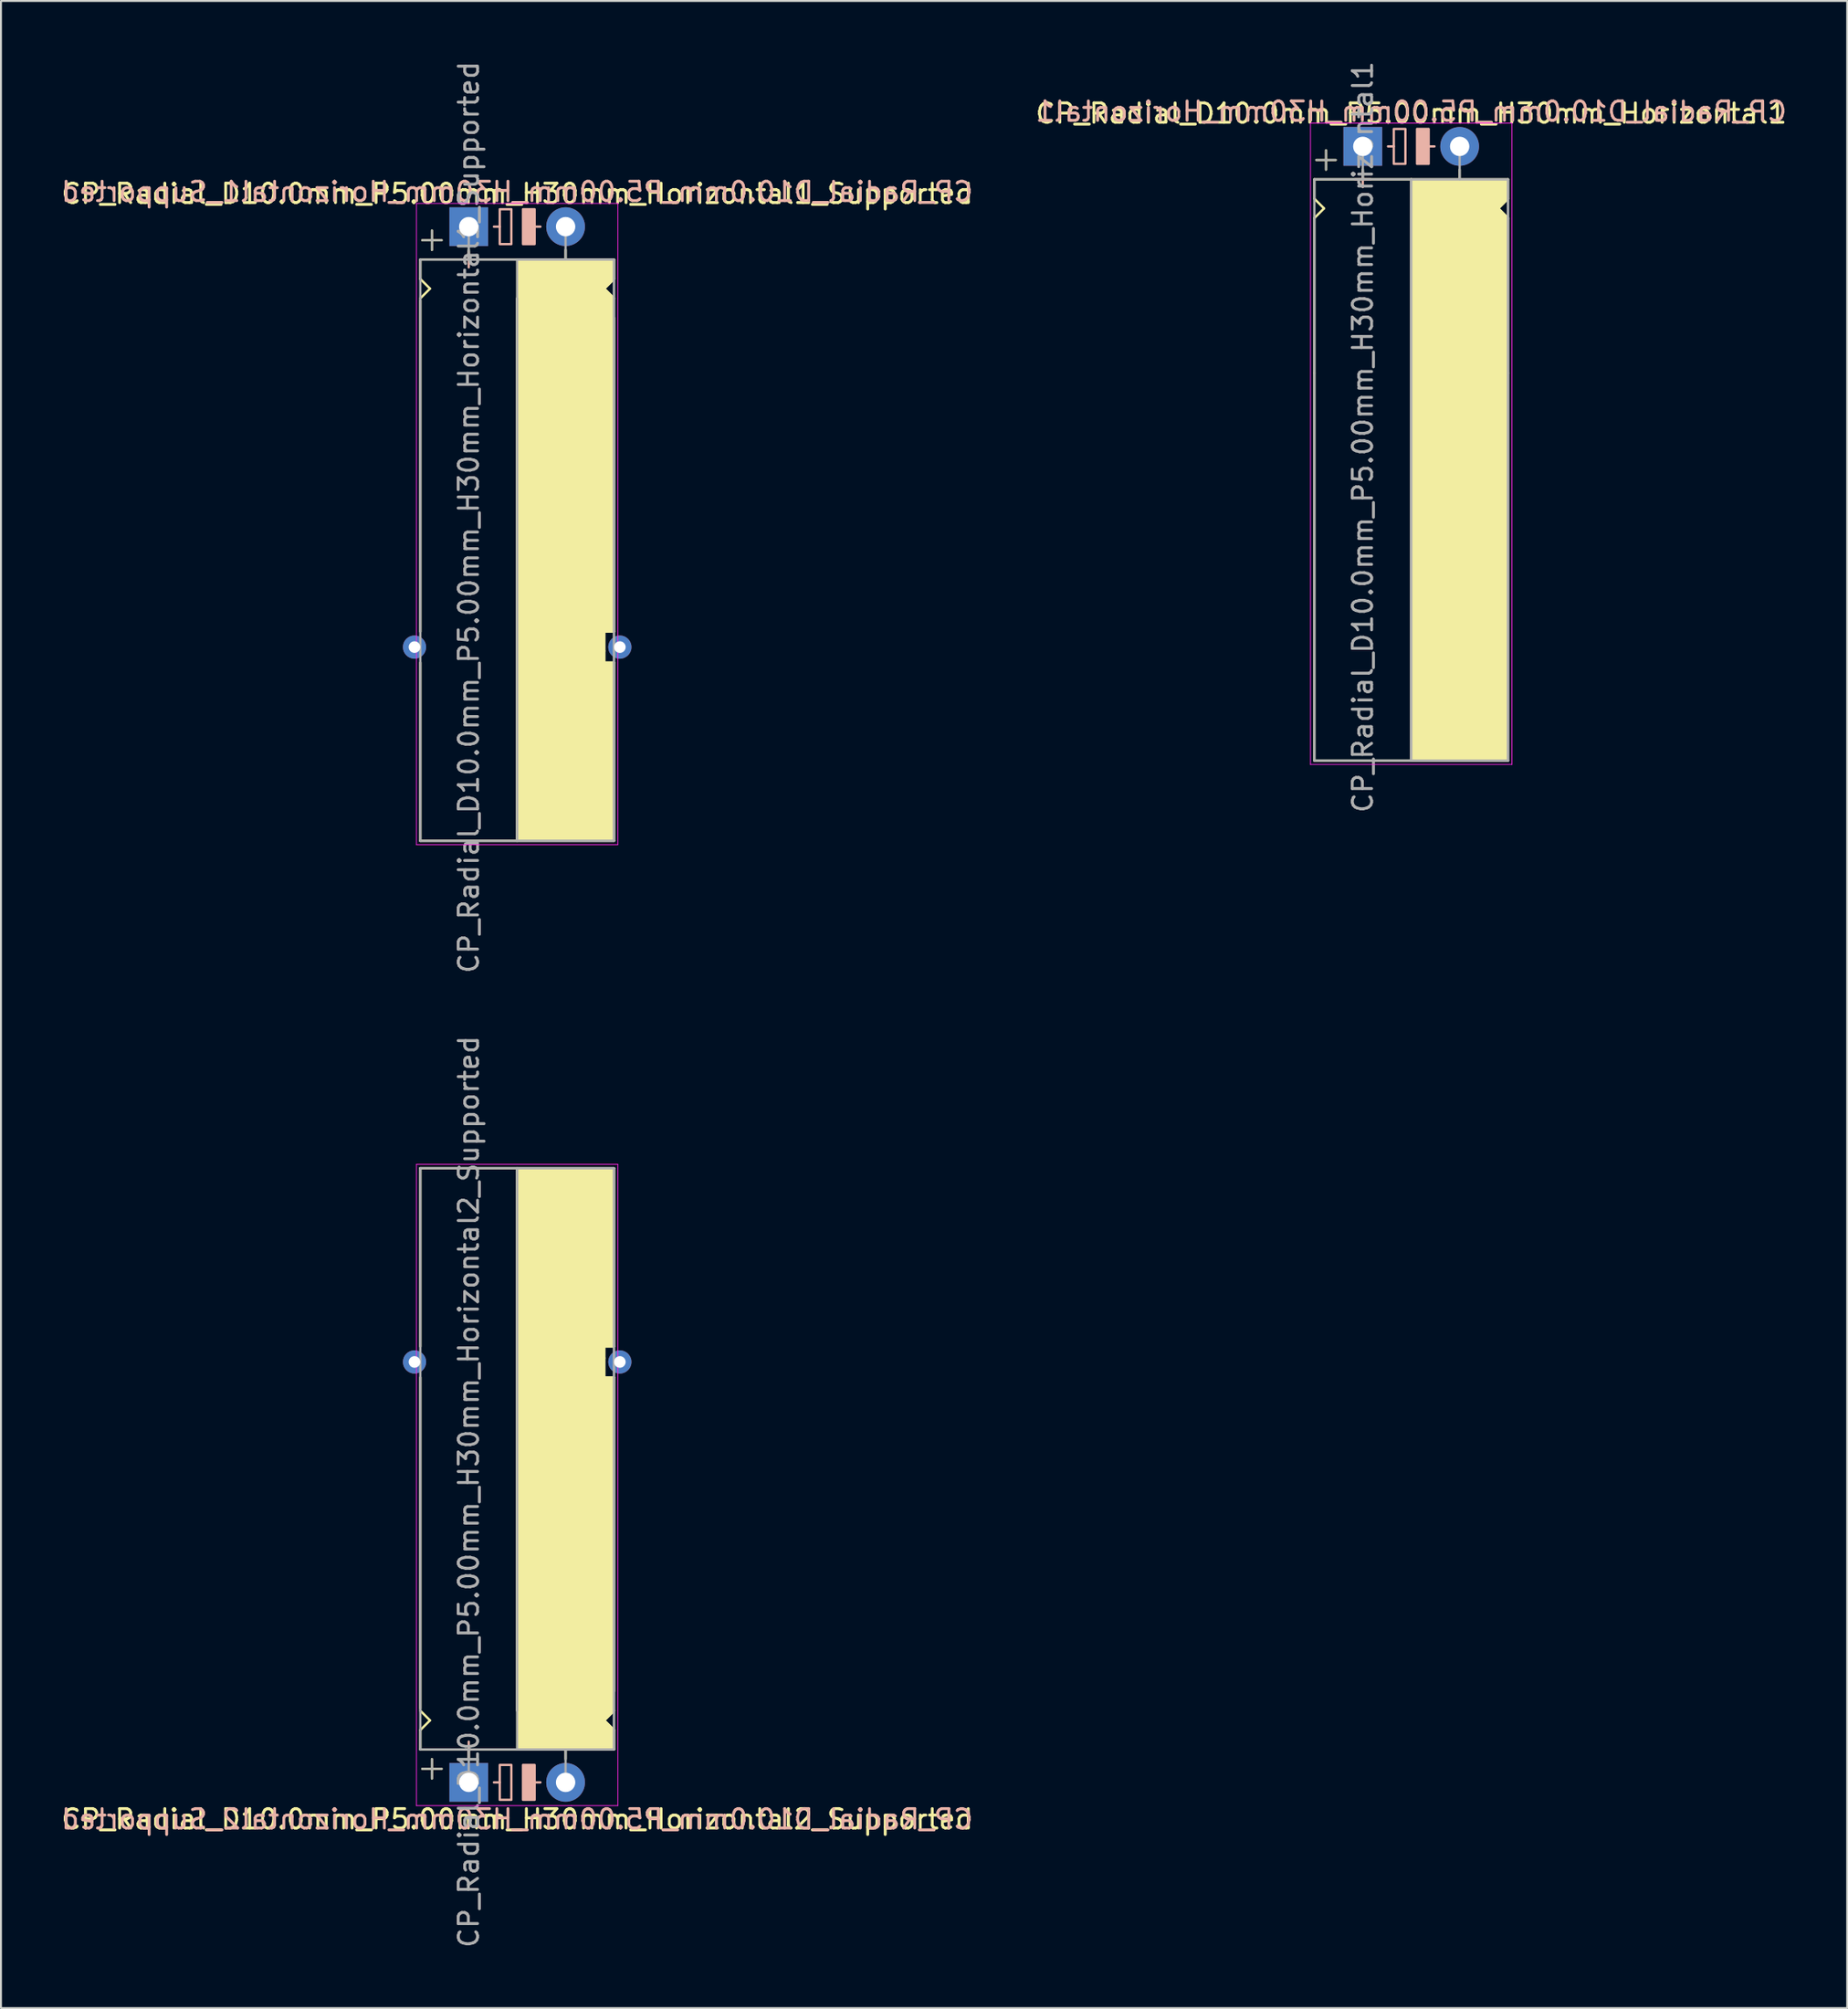
<source format=kicad_pcb>
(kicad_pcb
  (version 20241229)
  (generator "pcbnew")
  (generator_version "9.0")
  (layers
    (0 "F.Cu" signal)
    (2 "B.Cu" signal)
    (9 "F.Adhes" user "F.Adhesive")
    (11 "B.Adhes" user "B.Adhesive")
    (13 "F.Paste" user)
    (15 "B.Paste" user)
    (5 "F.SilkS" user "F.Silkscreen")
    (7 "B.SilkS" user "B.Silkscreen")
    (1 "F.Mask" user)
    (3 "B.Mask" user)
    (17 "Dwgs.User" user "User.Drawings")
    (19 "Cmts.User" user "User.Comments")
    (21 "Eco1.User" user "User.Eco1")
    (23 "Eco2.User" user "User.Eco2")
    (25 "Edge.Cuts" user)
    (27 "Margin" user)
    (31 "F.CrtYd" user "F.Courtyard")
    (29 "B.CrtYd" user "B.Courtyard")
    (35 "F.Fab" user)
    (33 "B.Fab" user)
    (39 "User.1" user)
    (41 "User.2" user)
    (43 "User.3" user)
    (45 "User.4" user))
  (footprint "CP_Radial_D10.0mm_P5.00mm_H30mm_Horizontal2_Supported"
    (layer "F.Cu")
    (at 21.149 88.946)
    (property "Reference" "CP_Radial_D10.0mm_P5.00mm_H30mm_Horizontal2_Supported" (at 2.5 1.9 0) (layer "F.SilkS") (effects (font (size 1 1) (thickness 0.15))))
    (fp_line (start -2.5 -31.7) (end 7.5 -31.7) (stroke (width 0.12) (type solid)) (layer "F.SilkS"))
    (fp_line (start -2.5 -22.5) (end -2.5 -31.7) (stroke (width 0.12) (type solid)) (layer "F.SilkS"))
    (fp_line (start -2.5 -3.8) (end -2.5 -20.9) (stroke (width 0.12) (type solid)) (layer "F.SilkS"))
    (fp_line (start -2.5 -2.7) (end -2 -3.2) (stroke (width 0.12) (type solid)) (layer "F.SilkS"))
    (fp_line (start -2.5 -1.7) (end -2.5 -2.7) (stroke (width 0.12) (type solid)) (layer "F.SilkS"))
    (fp_line (start -2 -3.2) (end -2.5 -3.7) (stroke (width 0.12) (type solid)) (layer "F.SilkS"))
    (fp_line (start -1.9 -1.2) (end -1.9 -0.2) (stroke (width 0.12) (type solid)) (layer "F.SilkS"))
    (fp_line (start -1.4 -0.7) (end -2.4 -0.7) (stroke (width 0.12) (type solid)) (layer "F.SilkS"))
    (fp_line (start 0 -1.7) (end 0 -1.2) (stroke (width 0.12) (type solid)) (layer "F.SilkS"))
    (fp_line (start 2.5 -31.7) (end 2.5 -3.7) (stroke (width 0.12) (type solid)) (layer "F.SilkS"))
    (fp_line (start 2.5 -1.7) (end -2.5 -1.7) (stroke (width 0.12) (type solid)) (layer "F.SilkS"))
    (fp_line (start 5 -1.7) (end 5 -1.2) (stroke (width 0.12) (type solid)) (layer "F.SilkS"))
    (fp_line (start 7 -22.5) (end 7 -21.9) (stroke (width 0.12) (type solid)) (layer "F.SilkS"))
    (fp_line (start 7 -21.9) (end 7 -20.9) (stroke (width 0.12) (type solid)) (layer "F.SilkS"))
    (fp_line (start 7 -20.9) (end 7.5 -20.9) (stroke (width 0.12) (type solid)) (layer "F.SilkS"))
    (fp_line (start 7 -3.2) (end 7.5 -3.7) (stroke (width 0.12) (type solid)) (layer "F.SilkS"))
    (fp_line (start 7.5 -22.5) (end 7 -22.5) (stroke (width 0.12) (type solid)) (layer "F.SilkS"))
    (fp_line (start 7.5 -22.5) (end 7.5 -31.7) (stroke (width 0.12) (type solid)) (layer "F.SilkS"))
    (fp_line (start 7.5 -4.7) (end 7.5 -20.9) (stroke (width 0.12) (type solid)) (layer "F.SilkS"))
    (fp_line (start 7.5 -2.7) (end 7 -3.2) (stroke (width 0.12) (type solid)) (layer "F.SilkS"))
    (fp_line (start 7.5 -1.7) (end 2.5 -1.7) (stroke (width 0.12) (type solid)) (layer "F.SilkS"))
    (fp_line (start 7.5 -1.7) (end 7.5 -2.7) (stroke (width 0.12) (type solid)) (layer "F.SilkS"))
    (fp_poly (pts (xy 7.5 -2.7) (xy 7 -3.2) (xy 7.5 -3.7) (xy 7.5 -20.9) (xy 7 -20.9) (xy 7 -22.5) (xy 7.5 -22.5) (xy 7.5 -31.7) (xy 2.5 -31.7) (xy 2.5 -1.7) (xy 7.5 -1.7)) (stroke (width 0.1) (type solid)) (fill yes) (layer "F.SilkS"))
    (fp_line (start 0 -2.1) (end 0 -1.3) (stroke (width 0.12) (type solid)) (layer "B.SilkS"))
    (fp_line (start 0.4 -1.7) (end -0.4 -1.7) (stroke (width 0.12) (type solid)) (layer "B.SilkS"))
    (fp_line (start 1.6 0) (end 1.3 0) (stroke (width 0.12) (type solid)) (layer "B.SilkS"))
    (fp_line (start 3.7 0) (end 3.4 0) (stroke (width 0.12) (type solid)) (layer "B.SilkS"))
    (fp_rect (start 2.2 -0.9) (end 1.6 0.9) (stroke (width 0.12) (type solid)) (fill no) (layer "B.SilkS"))
    (fp_rect (start 3.4 -0.9) (end 2.8 0.9) (stroke (width 0.12) (type solid)) (fill yes) (layer "B.SilkS"))
    (fp_line (start -2.7 -31.9) (end -2.7 1.2) (stroke (width 0.04) (type solid)) (layer "F.CrtYd"))
    (fp_line (start -2.7 1.2) (end 5.3 1.2) (stroke (width 0.04) (type solid)) (layer "F.CrtYd"))
    (fp_line (start 5.3 1.2) (end 7.7 1.2) (stroke (width 0.04) (type solid)) (layer "F.CrtYd"))
    (fp_line (start 7.7 -31.9) (end -2.7 -31.9) (stroke (width 0.04) (type solid)) (layer "F.CrtYd"))
    (fp_line (start 7.7 1.2) (end 7.7 -31.9) (stroke (width 0.04) (type solid)) (layer "F.CrtYd"))
    (fp_line (start -2.5 -31.7) (end 7.5 -31.7) (stroke (width 0.12) (type solid)) (layer "F.Fab"))
    (fp_line (start -2.5 -1.7) (end -2.5 -31.7) (stroke (width 0.12) (type solid)) (layer "F.Fab"))
    (fp_line (start -2.4 -0.7) (end -1.4 -0.7) (stroke (width 0.1) (type solid)) (layer "F.Fab"))
    (fp_line (start -1.9 -0.2) (end -1.9 -1.2) (stroke (width 0.1) (type solid)) (layer "F.Fab"))
    (fp_line (start 0 -1.7) (end 0 0) (stroke (width 0.12) (type solid)) (layer "F.Fab"))
    (fp_line (start 2.5 -3.7) (end 2.5 -31.7) (stroke (width 0.12) (type solid)) (layer "F.Fab"))
    (fp_line (start 5 -1.7) (end 5 0) (stroke (width 0.12) (type solid)) (layer "F.Fab"))
    (fp_line (start 7.5 -31.7) (end 7.5 -1.7) (stroke (width 0.12) (type solid)) (layer "F.Fab"))
    (fp_line (start 7.5 -1.7) (end -2.5 -1.7) (stroke (width 0.12) (type solid)) (layer "F.Fab"))
    (fp_poly (pts (xy 7.5 -31.7) (xy 2.5 -31.7) (xy 2.5 -1.7) (xy 7.5 -1.7)) (stroke (width 0.1) (type solid)) (fill no) (layer "F.Fab"))
    (fp_text user "${REFERENCE}" (at 2.5 1.9 0) (layer "B.SilkS") (effects (font (size 1 1) (thickness 0.15)) (justify mirror)))
    (fp_text user "${REFERENCE}" (at 0 -15 90) (layer "F.Fab") (effects (font (size 1 1) (thickness 0.15))))
    (pad "1" thru_hole rect (at 0 0) (size 2 2) (drill 1) (layers "*.Cu" "*.Mask"))
    (pad "2" thru_hole circle (at 5 0) (size 2 2) (drill 1) (layers "*.Cu" "*.Mask"))
    (pad "~" thru_hole circle (at -2.8 -21.7 180) (size 1.2 1.2) (drill 0.6) (layers "*.Cu" "*.Mask"))
    (pad "~" thru_hole circle (at 7.8 -21.7 180) (size 1.2 1.2) (drill 0.6) (layers "*.Cu" "*.Mask")))
  (footprint "CP_Radial_D10.0mm_P5.00mm_H30mm_Horizontal1_Supported"
    (layer "F.Cu")
    (at 21.149 8.649)
    (property "Reference" "CP_Radial_D10.0mm_P5.00mm_H30mm_Horizontal1_Supported" (at 2.5 -1.7 0) (layer "F.SilkS") (effects (font (size 1 1) (thickness 0.15))))
    (fp_line (start -2.5 1.7) (end -2.5 2.7) (stroke (width 0.12) (type solid)) (layer "F.SilkS"))
    (fp_line (start -2.5 2.7) (end -2 3.2) (stroke (width 0.12) (type solid)) (layer "F.SilkS"))
    (fp_line (start -2.5 3.8) (end -2.5 20.9) (stroke (width 0.12) (type solid)) (layer "F.SilkS"))
    (fp_line (start -2.5 22.5) (end -2.5 31.7) (stroke (width 0.12) (type solid)) (layer "F.SilkS"))
    (fp_line (start -2.5 31.7) (end 7.5 31.7) (stroke (width 0.12) (type solid)) (layer "F.SilkS"))
    (fp_line (start -2 3.2) (end -2.5 3.7) (stroke (width 0.12) (type solid)) (layer "F.SilkS"))
    (fp_line (start -1.9 0.2) (end -1.9 1.2) (stroke (width 0.12) (type solid)) (layer "F.SilkS"))
    (fp_line (start -1.4 0.7) (end -2.4 0.7) (stroke (width 0.12) (type solid)) (layer "F.SilkS"))
    (fp_line (start 0 1.7) (end 0 1.2) (stroke (width 0.12) (type solid)) (layer "F.SilkS"))
    (fp_line (start 2.5 1.7) (end -2.5 1.7) (stroke (width 0.12) (type solid)) (layer "F.SilkS"))
    (fp_line (start 2.5 31.7) (end 2.5 3.7) (stroke (width 0.12) (type solid)) (layer "F.SilkS"))
    (fp_line (start 5 1.7) (end 5 1.2) (stroke (width 0.12) (type solid)) (layer "F.SilkS"))
    (fp_line (start 7 3.2) (end 7.5 3.7) (stroke (width 0.12) (type solid)) (layer "F.SilkS"))
    (fp_line (start 7 20.9) (end 7.5 20.9) (stroke (width 0.12) (type solid)) (layer "F.SilkS"))
    (fp_line (start 7 21.9) (end 7 20.9) (stroke (width 0.12) (type solid)) (layer "F.SilkS"))
    (fp_line (start 7 22.5) (end 7 21.9) (stroke (width 0.12) (type solid)) (layer "F.SilkS"))
    (fp_line (start 7.5 1.7) (end 2.5 1.7) (stroke (width 0.12) (type solid)) (layer "F.SilkS"))
    (fp_line (start 7.5 1.7) (end 7.5 2.7) (stroke (width 0.12) (type solid)) (layer "F.SilkS"))
    (fp_line (start 7.5 2.7) (end 7 3.2) (stroke (width 0.12) (type solid)) (layer "F.SilkS"))
    (fp_line (start 7.5 4.7) (end 7.5 20.9) (stroke (width 0.12) (type solid)) (layer "F.SilkS"))
    (fp_line (start 7.5 22.5) (end 7 22.5) (stroke (width 0.12) (type solid)) (layer "F.SilkS"))
    (fp_line (start 7.5 22.5) (end 7.5 31.7) (stroke (width 0.12) (type solid)) (layer "F.SilkS"))
    (fp_poly (pts (xy 7.5 2.7) (xy 7 3.2) (xy 7.5 3.7) (xy 7.5 20.9) (xy 7 20.9) (xy 7 22.5) (xy 7.5 22.5) (xy 7.5 31.7) (xy 2.5 31.7) (xy 2.5 1.7) (xy 7.5 1.7)) (stroke (width 0.1) (type solid)) (fill yes) (layer "F.SilkS"))
    (fp_line (start 0 1.3) (end 0 2.1) (stroke (width 0.12) (type solid)) (layer "B.SilkS"))
    (fp_line (start 0.4 1.7) (end -0.4 1.7) (stroke (width 0.12) (type solid)) (layer "B.SilkS"))
    (fp_line (start 1.6 0) (end 1.3 0) (stroke (width 0.12) (type solid)) (layer "B.SilkS"))
    (fp_line (start 3.7 0) (end 3.4 0) (stroke (width 0.12) (type solid)) (layer "B.SilkS"))
    (fp_rect (start 2.2 -0.9) (end 1.6 0.9) (stroke (width 0.12) (type solid)) (fill no) (layer "B.SilkS"))
    (fp_rect (start 3.4 -0.9) (end 2.8 0.9) (stroke (width 0.12) (type solid)) (fill yes) (layer "B.SilkS"))
    (fp_line (start -2.7 -1.2) (end 5.3 -1.2) (stroke (width 0.04) (type solid)) (layer "F.CrtYd"))
    (fp_line (start -2.7 31.9) (end -2.7 -1.2) (stroke (width 0.04) (type solid)) (layer "F.CrtYd"))
    (fp_line (start 5.3 -1.2) (end 7.7 -1.2) (stroke (width 0.04) (type solid)) (layer "F.CrtYd"))
    (fp_line (start 7.7 -1.2) (end 7.7 31.9) (stroke (width 0.04) (type solid)) (layer "F.CrtYd"))
    (fp_line (start 7.7 31.9) (end -2.7 31.9) (stroke (width 0.04) (type solid)) (layer "F.CrtYd"))
    (fp_line (start -2.5 1.7) (end -2.5 31.7) (stroke (width 0.12) (type solid)) (layer "F.Fab"))
    (fp_line (start -2.5 31.7) (end 7.5 31.7) (stroke (width 0.12) (type solid)) (layer "F.Fab"))
    (fp_line (start -2.4 0.7) (end -1.4 0.7) (stroke (width 0.1) (type solid)) (layer "F.Fab"))
    (fp_line (start -1.9 1.2) (end -1.9 0.2) (stroke (width 0.1) (type solid)) (layer "F.Fab"))
    (fp_line (start 0 1.7) (end 0 0) (stroke (width 0.12) (type solid)) (layer "F.Fab"))
    (fp_line (start 2.5 3.7) (end 2.5 31.7) (stroke (width 0.12) (type solid)) (layer "F.Fab"))
    (fp_line (start 5 1.7) (end 5 0) (stroke (width 0.12) (type solid)) (layer "F.Fab"))
    (fp_line (start 7.5 1.7) (end -2.5 1.7) (stroke (width 0.12) (type solid)) (layer "F.Fab"))
    (fp_line (start 7.5 31.7) (end 7.5 1.7) (stroke (width 0.12) (type solid)) (layer "F.Fab"))
    (fp_poly (pts (xy 7.5 31.7) (xy 2.5 31.7) (xy 2.5 1.7) (xy 7.5 1.7)) (stroke (width 0.1) (type solid)) (fill no) (layer "F.Fab"))
    (fp_text user "${REFERENCE}" (at 2.5 -1.8 0) (layer "B.SilkS") (effects (font (size 1 1) (thickness 0.15)) (justify mirror)))
    (fp_text user "${REFERENCE}" (at 0 15 90) (layer "F.Fab") (effects (font (size 1 1) (thickness 0.15))))
    (pad "1" thru_hole rect (at 0 0) (size 2 2) (drill 1) (layers "*.Cu" "*.Mask"))
    (pad "2" thru_hole circle (at 5 0) (size 2 2) (drill 1) (layers "*.Cu" "*.Mask"))
    (pad "~" thru_hole circle (at -2.8 21.7) (size 1.2 1.2) (drill 0.6) (layers "*.Cu" "*.Mask"))
    (pad "~" thru_hole circle (at 7.8 21.7) (size 1.2 1.2) (drill 0.6) (layers "*.Cu" "*.Mask")))
  (footprint "CP_Radial_D10.0mm_P5.00mm_H30mm_Horizontal1"
    (layer "F.Cu")
    (at 67.304 4.506)
    (property "Reference" "CP_Radial_D10.0mm_P5.00mm_H30mm_Horizontal1" (at 2.5 -1.7 0) (layer "F.SilkS") (effects (font (size 1 1) (thickness 0.15))))
    (fp_line (start -2.5 1.7) (end -2.5 2.7) (stroke (width 0.12) (type solid)) (layer "F.SilkS"))
    (fp_line (start -2.5 2.7) (end -2 3.2) (stroke (width 0.12) (type solid)) (layer "F.SilkS"))
    (fp_line (start -2.5 3.7) (end -2.5 11.7) (stroke (width 0.12) (type solid)) (layer "F.SilkS"))
    (fp_line (start -2.5 11.7) (end -2.5 31.7) (stroke (width 0.12) (type solid)) (layer "F.SilkS"))
    (fp_line (start -2.5 31.7) (end 7.5 31.7) (stroke (width 0.12) (type solid)) (layer "F.SilkS"))
    (fp_line (start -2 3.2) (end -2.5 3.7) (stroke (width 0.12) (type solid)) (layer "F.SilkS"))
    (fp_line (start -1.9 0.2) (end -1.9 1.2) (stroke (width 0.12) (type solid)) (layer "F.SilkS"))
    (fp_line (start -1.4 0.7) (end -2.4 0.7) (stroke (width 0.12) (type solid)) (layer "F.SilkS"))
    (fp_line (start 0 1.7) (end 0 1.2) (stroke (width 0.12) (type solid)) (layer "F.SilkS"))
    (fp_line (start 2.5 1.7) (end -2.5 1.7) (stroke (width 0.12) (type solid)) (layer "F.SilkS"))
    (fp_line (start 2.5 31.7) (end 2.5 1.7) (stroke (width 0.12) (type solid)) (layer "F.SilkS"))
    (fp_line (start 5 1.7) (end 5 1.2) (stroke (width 0.12) (type solid)) (layer "F.SilkS"))
    (fp_line (start 7 3.2) (end 7.5 3.7) (stroke (width 0.12) (type solid)) (layer "F.SilkS"))
    (fp_line (start 7.5 1.7) (end 2.5 1.7) (stroke (width 0.12) (type solid)) (layer "F.SilkS"))
    (fp_line (start 7.5 1.7) (end 7.5 2.7) (stroke (width 0.12) (type solid)) (layer "F.SilkS"))
    (fp_line (start 7.5 2.7) (end 7 3.2) (stroke (width 0.12) (type solid)) (layer "F.SilkS"))
    (fp_line (start 7.5 3.7) (end 7.5 11.7) (stroke (width 0.12) (type solid)) (layer "F.SilkS"))
    (fp_line (start 7.5 11.7) (end 7.5 31.7) (stroke (width 0.12) (type solid)) (layer "F.SilkS"))
    (fp_poly (pts (xy 7.5 2.7) (xy 7 3.2) (xy 7.5 3.7) (xy 7.5 31.7) (xy 2.5 31.7) (xy 2.5 1.7) (xy 7.5 1.7)) (stroke (width 0.1) (type solid)) (fill yes) (layer "F.SilkS"))
    (fp_line (start 0 1.3) (end 0 2.1) (stroke (width 0.12) (type solid)) (layer "B.SilkS"))
    (fp_line (start 0.4 1.7) (end -0.4 1.7) (stroke (width 0.12) (type solid)) (layer "B.SilkS"))
    (fp_line (start 1.6 0) (end 1.3 0) (stroke (width 0.12) (type solid)) (layer "B.SilkS"))
    (fp_line (start 3.7 0) (end 3.4 0) (stroke (width 0.12) (type solid)) (layer "B.SilkS"))
    (fp_rect (start 2.2 -0.9) (end 1.6 0.9) (stroke (width 0.12) (type solid)) (fill no) (layer "B.SilkS"))
    (fp_rect (start 3.4 -0.9) (end 2.8 0.9) (stroke (width 0.12) (type solid)) (fill yes) (layer "B.SilkS"))
    (fp_line (start -2.7 -1.2) (end 5.3 -1.2) (stroke (width 0.04) (type solid)) (layer "F.CrtYd"))
    (fp_line (start -2.7 31.9) (end -2.7 -1.2) (stroke (width 0.04) (type solid)) (layer "F.CrtYd"))
    (fp_line (start 5.3 -1.2) (end 7.7 -1.2) (stroke (width 0.04) (type solid)) (layer "F.CrtYd"))
    (fp_line (start 7.7 -1.2) (end 7.7 31.9) (stroke (width 0.04) (type solid)) (layer "F.CrtYd"))
    (fp_line (start 7.7 31.9) (end -2.7 31.9) (stroke (width 0.04) (type solid)) (layer "F.CrtYd"))
    (fp_line (start -2.5 1.7) (end -2.5 31.7) (stroke (width 0.12) (type solid)) (layer "F.Fab"))
    (fp_line (start -2.5 31.7) (end 7.5 31.7) (stroke (width 0.12) (type solid)) (layer "F.Fab"))
    (fp_line (start -2.4 0.7) (end -1.4 0.7) (stroke (width 0.1) (type solid)) (layer "F.Fab"))
    (fp_line (start -1.9 1.2) (end -1.9 0.2) (stroke (width 0.1) (type solid)) (layer "F.Fab"))
    (fp_line (start 0 1.7) (end 0 0) (stroke (width 0.12) (type solid)) (layer "F.Fab"))
    (fp_line (start 2.5 1.7) (end 2.5 31.7) (stroke (width 0.12) (type solid)) (layer "F.Fab"))
    (fp_line (start 5 1.7) (end 5 0) (stroke (width 0.12) (type solid)) (layer "F.Fab"))
    (fp_line (start 7.5 1.7) (end -2.5 1.7) (stroke (width 0.12) (type solid)) (layer "F.Fab"))
    (fp_line (start 7.5 31.7) (end 7.5 1.7) (stroke (width 0.12) (type solid)) (layer "F.Fab"))
    (fp_poly (pts (xy 7.5 31.7) (xy 2.5 31.7) (xy 2.5 1.7) (xy 7.5 1.7)) (stroke (width 0.1) (type solid)) (fill no) (layer "F.Fab"))
    (fp_text user "${REFERENCE}" (at 2.5 -1.8 0) (layer "B.SilkS") (effects (font (size 1 1) (thickness 0.15)) (justify mirror)))
    (fp_text user "${REFERENCE}" (at 0 15 90) (layer "F.Fab") (effects (font (size 1 1) (thickness 0.15))))
    (pad "1" thru_hole rect (at 0 0) (size 2 2) (drill 1) (layers "*.Cu" "*.Mask"))
    (pad "2" thru_hole circle (at 5 0) (size 2 2) (drill 1) (layers "*.Cu" "*.Mask")))
  (gr_rect
    (start -3 -3)
    (end 92.31 100.595)
    (stroke (width 0.1) (type default))
    (fill no)
    (layer "Edge.Cuts")))
</source>
